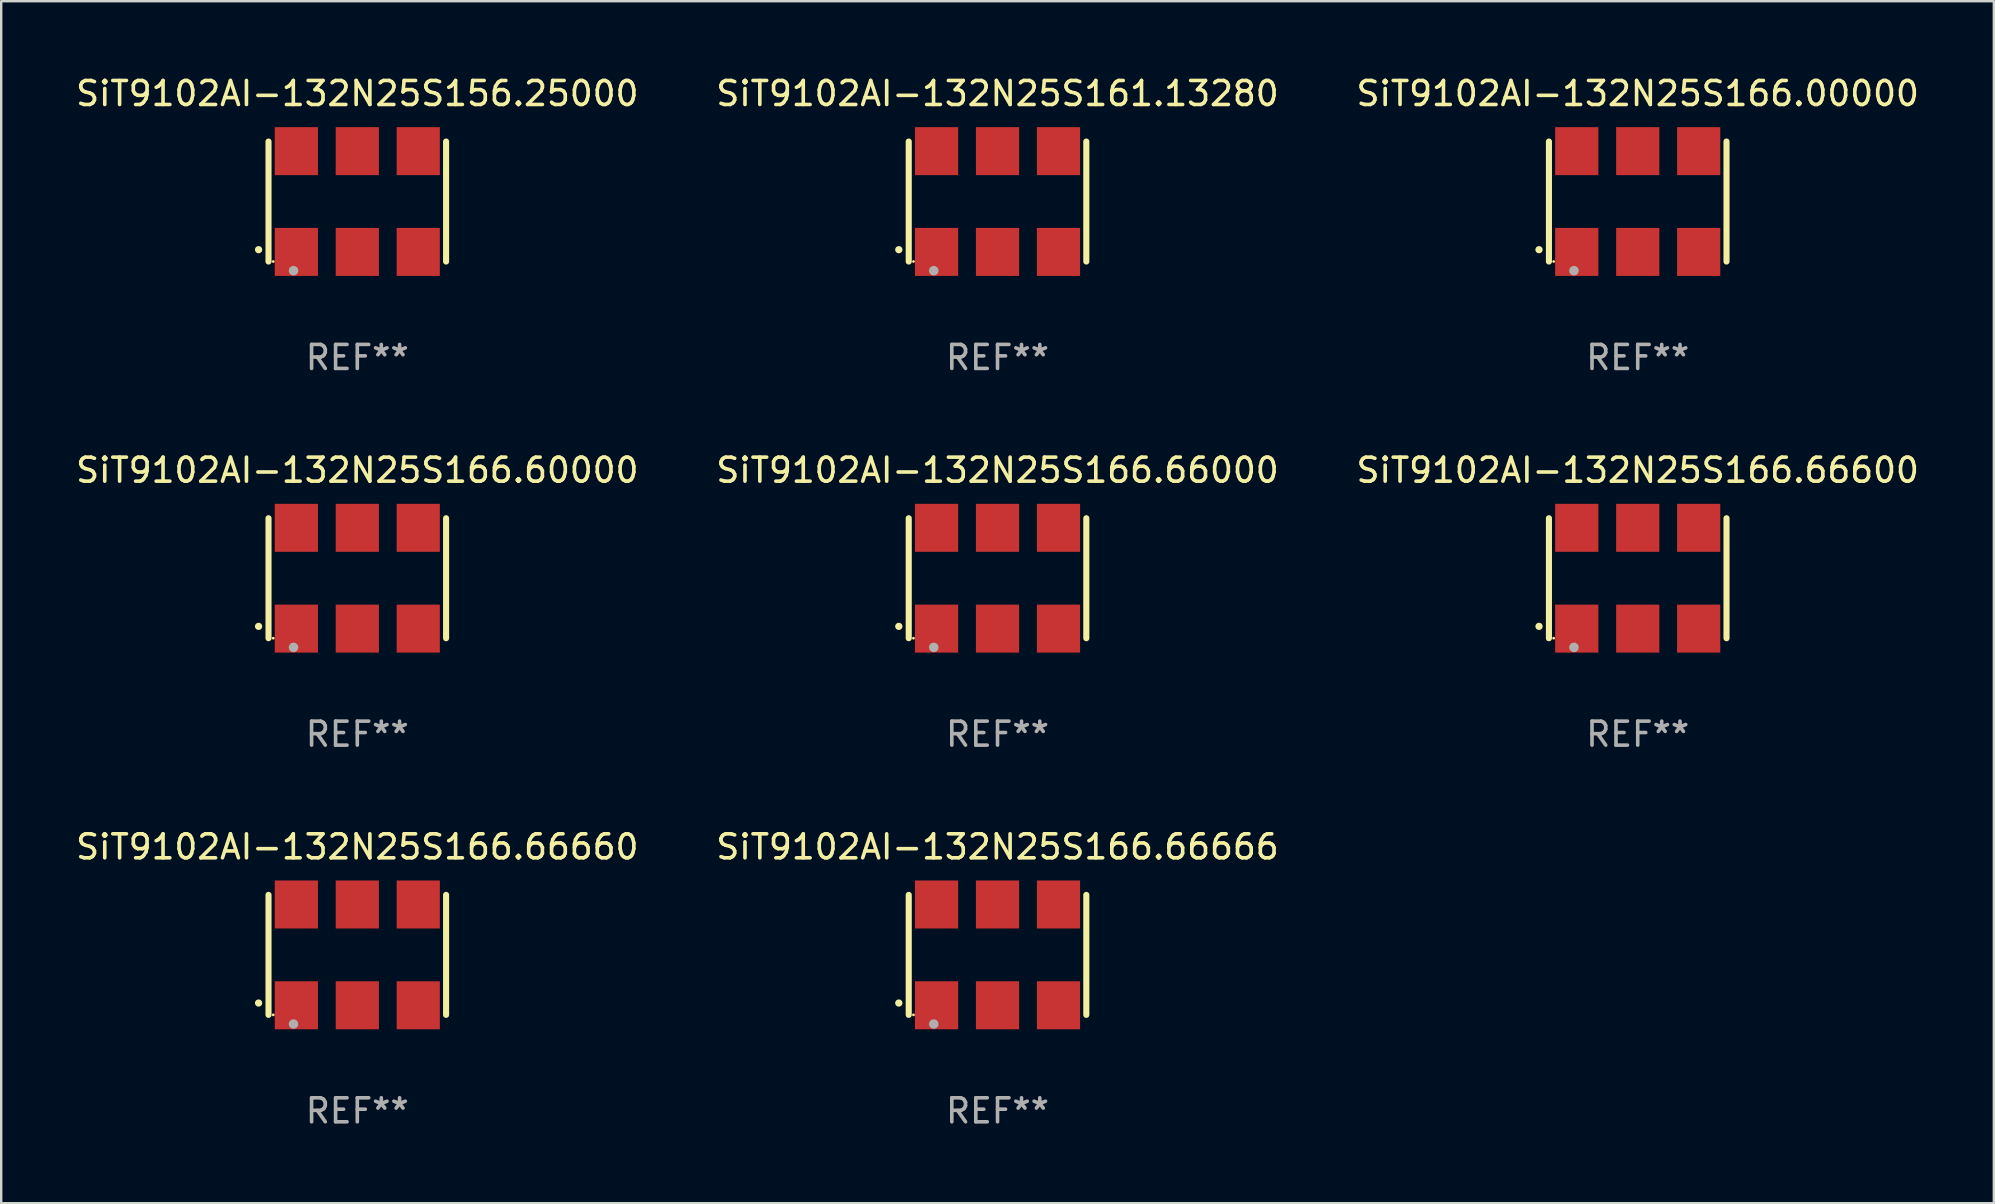
<source format=kicad_pcb>
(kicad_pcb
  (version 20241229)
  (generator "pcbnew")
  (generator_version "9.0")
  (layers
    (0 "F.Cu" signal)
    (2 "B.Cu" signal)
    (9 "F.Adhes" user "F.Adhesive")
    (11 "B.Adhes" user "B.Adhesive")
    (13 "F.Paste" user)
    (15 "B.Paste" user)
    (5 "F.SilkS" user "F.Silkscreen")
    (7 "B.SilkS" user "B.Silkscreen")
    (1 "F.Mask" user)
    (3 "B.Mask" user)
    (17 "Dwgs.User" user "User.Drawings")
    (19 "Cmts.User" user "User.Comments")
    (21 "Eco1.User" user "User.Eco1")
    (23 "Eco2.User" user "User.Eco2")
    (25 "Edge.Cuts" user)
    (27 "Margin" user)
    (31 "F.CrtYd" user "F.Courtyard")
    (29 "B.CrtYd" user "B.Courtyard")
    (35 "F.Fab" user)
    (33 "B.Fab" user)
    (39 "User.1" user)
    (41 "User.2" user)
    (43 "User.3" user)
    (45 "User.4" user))
  (footprint "SiT9102AI-132N25S161.13280"
    (layer "F.Cu")
    (at 38.518 5.348)
    (property "Reference" "SiT9102AI-132N25S161.13280" (at 0 -4.5 0) (layer "F.SilkS") (effects (font (size 1 1) (thickness 0.15))))
    (attr through_hole)
    (fp_line (start -3.7 -2.5) (end -3.7 2.5) (stroke (width 0.254) (type solid)) (layer "F.SilkS"))
    (fp_line (start 3.7 -2.5) (end 3.7 2.5) (stroke (width 0.254) (type solid)) (layer "F.SilkS"))
    (fp_arc (start -4.114415 2.006604) (mid -4.113145 2.006599) (end -4.111875 2.006604) (stroke (width 0.3) (type solid)) (layer "F.SilkS"))
    (fp_circle (center -3.502 2.5) (end -3.472 2.5) (stroke (width 0.06) (type solid)) (fill no) (layer "F.SilkS"))
    (fp_circle (center -2.657 2.882) (end -2.557 2.882) (stroke (width 0.2) (type solid)) (fill no) (layer "F.Fab"))
    (fp_text user "REF**" (at 0 6.5 0) (layer "F.Fab") (effects (font (size 1 1) (thickness 0.15))))
    (pad "1" smd rect (at -2.54 2.1) (size 1.8 2) (layers "F.Cu" "F.Mask" "F.Paste"))
    (pad "2" smd rect (at 0.000394 2.1) (size 1.8 2) (layers "F.Cu" "F.Mask" "F.Paste"))
    (pad "3" smd rect (at 2.54 2.1) (size 1.8 2) (layers "F.Cu" "F.Mask" "F.Paste"))
    (pad "4" smd rect (at 2.54 -2.1) (size 1.8 2) (layers "F.Cu" "F.Mask" "F.Paste"))
    (pad "5" smd rect (at 0.000394 -2.1) (size 1.8 2) (layers "F.Cu" "F.Mask" "F.Paste"))
    (pad "6" smd rect (at -2.54 -2.1) (size 1.8 2) (layers "F.Cu" "F.Mask" "F.Paste")))
  (footprint "SiT9102AI-132N25S166.60000"
    (layer "F.Cu")
    (at 11.839 21.045)
    (property "Reference" "SiT9102AI-132N25S166.60000" (at 0 -4.5 0) (layer "F.SilkS") (effects (font (size 1 1) (thickness 0.15))))
    (attr through_hole)
    (fp_line (start -3.7 -2.5) (end -3.7 2.5) (stroke (width 0.254) (type solid)) (layer "F.SilkS"))
    (fp_line (start 3.7 -2.5) (end 3.7 2.5) (stroke (width 0.254) (type solid)) (layer "F.SilkS"))
    (fp_arc (start -4.114415 2.006604) (mid -4.113145 2.006599) (end -4.111875 2.006604) (stroke (width 0.3) (type solid)) (layer "F.SilkS"))
    (fp_circle (center -3.502 2.5) (end -3.472 2.5) (stroke (width 0.06) (type solid)) (fill no) (layer "F.SilkS"))
    (fp_circle (center -2.657 2.882) (end -2.557 2.882) (stroke (width 0.2) (type solid)) (fill no) (layer "F.Fab"))
    (fp_text user "REF**" (at 0 6.5 0) (layer "F.Fab") (effects (font (size 1 1) (thickness 0.15))))
    (pad "1" smd rect (at -2.54 2.1) (size 1.8 2) (layers "F.Cu" "F.Mask" "F.Paste"))
    (pad "2" smd rect (at 0.000394 2.1) (size 1.8 2) (layers "F.Cu" "F.Mask" "F.Paste"))
    (pad "3" smd rect (at 2.54 2.1) (size 1.8 2) (layers "F.Cu" "F.Mask" "F.Paste"))
    (pad "4" smd rect (at 2.54 -2.1) (size 1.8 2) (layers "F.Cu" "F.Mask" "F.Paste"))
    (pad "5" smd rect (at 0.000394 -2.1) (size 1.8 2) (layers "F.Cu" "F.Mask" "F.Paste"))
    (pad "6" smd rect (at -2.54 -2.1) (size 1.8 2) (layers "F.Cu" "F.Mask" "F.Paste")))
  (footprint "SiT9102AI-132N25S156.25000"
    (layer "F.Cu")
    (at 11.839 5.348)
    (property "Reference" "SiT9102AI-132N25S156.25000" (at 0 -4.5 0) (layer "F.SilkS") (effects (font (size 1 1) (thickness 0.15))))
    (attr through_hole)
    (fp_line (start -3.7 -2.5) (end -3.7 2.5) (stroke (width 0.254) (type solid)) (layer "F.SilkS"))
    (fp_line (start 3.7 -2.5) (end 3.7 2.5) (stroke (width 0.254) (type solid)) (layer "F.SilkS"))
    (fp_arc (start -4.114415 2.006604) (mid -4.113145 2.006599) (end -4.111875 2.006604) (stroke (width 0.3) (type solid)) (layer "F.SilkS"))
    (fp_circle (center -3.502 2.5) (end -3.472 2.5) (stroke (width 0.06) (type solid)) (fill no) (layer "F.SilkS"))
    (fp_circle (center -2.657 2.882) (end -2.557 2.882) (stroke (width 0.2) (type solid)) (fill no) (layer "F.Fab"))
    (fp_text user "REF**" (at 0 6.5 0) (layer "F.Fab") (effects (font (size 1 1) (thickness 0.15))))
    (pad "1" smd rect (at -2.54 2.1) (size 1.8 2) (layers "F.Cu" "F.Mask" "F.Paste"))
    (pad "2" smd rect (at 0.000394 2.1) (size 1.8 2) (layers "F.Cu" "F.Mask" "F.Paste"))
    (pad "3" smd rect (at 2.54 2.1) (size 1.8 2) (layers "F.Cu" "F.Mask" "F.Paste"))
    (pad "4" smd rect (at 2.54 -2.1) (size 1.8 2) (layers "F.Cu" "F.Mask" "F.Paste"))
    (pad "5" smd rect (at 0.000394 -2.1) (size 1.8 2) (layers "F.Cu" "F.Mask" "F.Paste"))
    (pad "6" smd rect (at -2.54 -2.1) (size 1.8 2) (layers "F.Cu" "F.Mask" "F.Paste")))
  (footprint "SiT9102AI-132N25S166.66000"
    (layer "F.Cu")
    (at 38.518 21.045)
    (property "Reference" "SiT9102AI-132N25S166.66000" (at 0 -4.5 0) (layer "F.SilkS") (effects (font (size 1 1) (thickness 0.15))))
    (attr through_hole)
    (fp_line (start -3.7 -2.5) (end -3.7 2.5) (stroke (width 0.254) (type solid)) (layer "F.SilkS"))
    (fp_line (start 3.7 -2.5) (end 3.7 2.5) (stroke (width 0.254) (type solid)) (layer "F.SilkS"))
    (fp_arc (start -4.114415 2.006604) (mid -4.113145 2.006599) (end -4.111875 2.006604) (stroke (width 0.3) (type solid)) (layer "F.SilkS"))
    (fp_circle (center -3.502 2.5) (end -3.472 2.5) (stroke (width 0.06) (type solid)) (fill no) (layer "F.SilkS"))
    (fp_circle (center -2.657 2.882) (end -2.557 2.882) (stroke (width 0.2) (type solid)) (fill no) (layer "F.Fab"))
    (fp_text user "REF**" (at 0 6.5 0) (layer "F.Fab") (effects (font (size 1 1) (thickness 0.15))))
    (pad "1" smd rect (at -2.54 2.1) (size 1.8 2) (layers "F.Cu" "F.Mask" "F.Paste"))
    (pad "2" smd rect (at 0.000394 2.1) (size 1.8 2) (layers "F.Cu" "F.Mask" "F.Paste"))
    (pad "3" smd rect (at 2.54 2.1) (size 1.8 2) (layers "F.Cu" "F.Mask" "F.Paste"))
    (pad "4" smd rect (at 2.54 -2.1) (size 1.8 2) (layers "F.Cu" "F.Mask" "F.Paste"))
    (pad "5" smd rect (at 0.000394 -2.1) (size 1.8 2) (layers "F.Cu" "F.Mask" "F.Paste"))
    (pad "6" smd rect (at -2.54 -2.1) (size 1.8 2) (layers "F.Cu" "F.Mask" "F.Paste")))
  (footprint "SiT9102AI-132N25S166.00000"
    (layer "F.Cu")
    (at 65.196 5.348)
    (property "Reference" "SiT9102AI-132N25S166.00000" (at 0 -4.5 0) (layer "F.SilkS") (effects (font (size 1 1) (thickness 0.15))))
    (attr through_hole)
    (fp_line (start -3.7 -2.5) (end -3.7 2.5) (stroke (width 0.254) (type solid)) (layer "F.SilkS"))
    (fp_line (start 3.7 -2.5) (end 3.7 2.5) (stroke (width 0.254) (type solid)) (layer "F.SilkS"))
    (fp_arc (start -4.114415 2.006604) (mid -4.113145 2.006599) (end -4.111875 2.006604) (stroke (width 0.3) (type solid)) (layer "F.SilkS"))
    (fp_circle (center -3.502 2.5) (end -3.472 2.5) (stroke (width 0.06) (type solid)) (fill no) (layer "F.SilkS"))
    (fp_circle (center -2.657 2.882) (end -2.557 2.882) (stroke (width 0.2) (type solid)) (fill no) (layer "F.Fab"))
    (fp_text user "REF**" (at 0 6.5 0) (layer "F.Fab") (effects (font (size 1 1) (thickness 0.15))))
    (pad "1" smd rect (at -2.54 2.1) (size 1.8 2) (layers "F.Cu" "F.Mask" "F.Paste"))
    (pad "2" smd rect (at 0.000394 2.1) (size 1.8 2) (layers "F.Cu" "F.Mask" "F.Paste"))
    (pad "3" smd rect (at 2.54 2.1) (size 1.8 2) (layers "F.Cu" "F.Mask" "F.Paste"))
    (pad "4" smd rect (at 2.54 -2.1) (size 1.8 2) (layers "F.Cu" "F.Mask" "F.Paste"))
    (pad "5" smd rect (at 0.000394 -2.1) (size 1.8 2) (layers "F.Cu" "F.Mask" "F.Paste"))
    (pad "6" smd rect (at -2.54 -2.1) (size 1.8 2) (layers "F.Cu" "F.Mask" "F.Paste")))
  (footprint "SiT9102AI-132N25S166.66666"
    (layer "F.Cu")
    (at 38.518 36.741)
    (property "Reference" "SiT9102AI-132N25S166.66666" (at 0 -4.5 0) (layer "F.SilkS") (effects (font (size 1 1) (thickness 0.15))))
    (attr through_hole)
    (fp_line (start -3.7 -2.5) (end -3.7 2.5) (stroke (width 0.254) (type solid)) (layer "F.SilkS"))
    (fp_line (start 3.7 -2.5) (end 3.7 2.5) (stroke (width 0.254) (type solid)) (layer "F.SilkS"))
    (fp_arc (start -4.114415 2.006604) (mid -4.113145 2.006599) (end -4.111875 2.006604) (stroke (width 0.3) (type solid)) (layer "F.SilkS"))
    (fp_circle (center -3.502 2.5) (end -3.472 2.5) (stroke (width 0.06) (type solid)) (fill no) (layer "F.SilkS"))
    (fp_circle (center -2.657 2.882) (end -2.557 2.882) (stroke (width 0.2) (type solid)) (fill no) (layer "F.Fab"))
    (fp_text user "REF**" (at 0 6.5 0) (layer "F.Fab") (effects (font (size 1 1) (thickness 0.15))))
    (pad "1" smd rect (at -2.54 2.1) (size 1.8 2) (layers "F.Cu" "F.Mask" "F.Paste"))
    (pad "2" smd rect (at 0.000394 2.1) (size 1.8 2) (layers "F.Cu" "F.Mask" "F.Paste"))
    (pad "3" smd rect (at 2.54 2.1) (size 1.8 2) (layers "F.Cu" "F.Mask" "F.Paste"))
    (pad "4" smd rect (at 2.54 -2.1) (size 1.8 2) (layers "F.Cu" "F.Mask" "F.Paste"))
    (pad "5" smd rect (at 0.000394 -2.1) (size 1.8 2) (layers "F.Cu" "F.Mask" "F.Paste"))
    (pad "6" smd rect (at -2.54 -2.1) (size 1.8 2) (layers "F.Cu" "F.Mask" "F.Paste")))
  (footprint "SiT9102AI-132N25S166.66660"
    (layer "F.Cu")
    (at 11.839 36.741)
    (property "Reference" "SiT9102AI-132N25S166.66660" (at 0 -4.5 0) (layer "F.SilkS") (effects (font (size 1 1) (thickness 0.15))))
    (attr through_hole)
    (fp_line (start -3.7 -2.5) (end -3.7 2.5) (stroke (width 0.254) (type solid)) (layer "F.SilkS"))
    (fp_line (start 3.7 -2.5) (end 3.7 2.5) (stroke (width 0.254) (type solid)) (layer "F.SilkS"))
    (fp_arc (start -4.114415 2.006604) (mid -4.113145 2.006599) (end -4.111875 2.006604) (stroke (width 0.3) (type solid)) (layer "F.SilkS"))
    (fp_circle (center -3.502 2.5) (end -3.472 2.5) (stroke (width 0.06) (type solid)) (fill no) (layer "F.SilkS"))
    (fp_circle (center -2.657 2.882) (end -2.557 2.882) (stroke (width 0.2) (type solid)) (fill no) (layer "F.Fab"))
    (fp_text user "REF**" (at 0 6.5 0) (layer "F.Fab") (effects (font (size 1 1) (thickness 0.15))))
    (pad "1" smd rect (at -2.54 2.1) (size 1.8 2) (layers "F.Cu" "F.Mask" "F.Paste"))
    (pad "2" smd rect (at 0.000394 2.1) (size 1.8 2) (layers "F.Cu" "F.Mask" "F.Paste"))
    (pad "3" smd rect (at 2.54 2.1) (size 1.8 2) (layers "F.Cu" "F.Mask" "F.Paste"))
    (pad "4" smd rect (at 2.54 -2.1) (size 1.8 2) (layers "F.Cu" "F.Mask" "F.Paste"))
    (pad "5" smd rect (at 0.000394 -2.1) (size 1.8 2) (layers "F.Cu" "F.Mask" "F.Paste"))
    (pad "6" smd rect (at -2.54 -2.1) (size 1.8 2) (layers "F.Cu" "F.Mask" "F.Paste")))
  (footprint "SiT9102AI-132N25S166.66600"
    (layer "F.Cu")
    (at 65.196 21.045)
    (property "Reference" "SiT9102AI-132N25S166.66600" (at 0 -4.5 0) (layer "F.SilkS") (effects (font (size 1 1) (thickness 0.15))))
    (attr through_hole)
    (fp_line (start -3.7 -2.5) (end -3.7 2.5) (stroke (width 0.254) (type solid)) (layer "F.SilkS"))
    (fp_line (start 3.7 -2.5) (end 3.7 2.5) (stroke (width 0.254) (type solid)) (layer "F.SilkS"))
    (fp_arc (start -4.114415 2.006604) (mid -4.113145 2.006599) (end -4.111875 2.006604) (stroke (width 0.3) (type solid)) (layer "F.SilkS"))
    (fp_circle (center -3.502 2.5) (end -3.472 2.5) (stroke (width 0.06) (type solid)) (fill no) (layer "F.SilkS"))
    (fp_circle (center -2.657 2.882) (end -2.557 2.882) (stroke (width 0.2) (type solid)) (fill no) (layer "F.Fab"))
    (fp_text user "REF**" (at 0 6.5 0) (layer "F.Fab") (effects (font (size 1 1) (thickness 0.15))))
    (pad "1" smd rect (at -2.54 2.1) (size 1.8 2) (layers "F.Cu" "F.Mask" "F.Paste"))
    (pad "2" smd rect (at 0.000394 2.1) (size 1.8 2) (layers "F.Cu" "F.Mask" "F.Paste"))
    (pad "3" smd rect (at 2.54 2.1) (size 1.8 2) (layers "F.Cu" "F.Mask" "F.Paste"))
    (pad "4" smd rect (at 2.54 -2.1) (size 1.8 2) (layers "F.Cu" "F.Mask" "F.Paste"))
    (pad "5" smd rect (at 0.000394 -2.1) (size 1.8 2) (layers "F.Cu" "F.Mask" "F.Paste"))
    (pad "6" smd rect (at -2.54 -2.1) (size 1.8 2) (layers "F.Cu" "F.Mask" "F.Paste")))
  (gr_rect
    (start -3 -3)
    (end 80.036 47.09)
    (stroke (width 0.1) (type default))
    (fill no)
    (layer "Edge.Cuts")))
</source>
